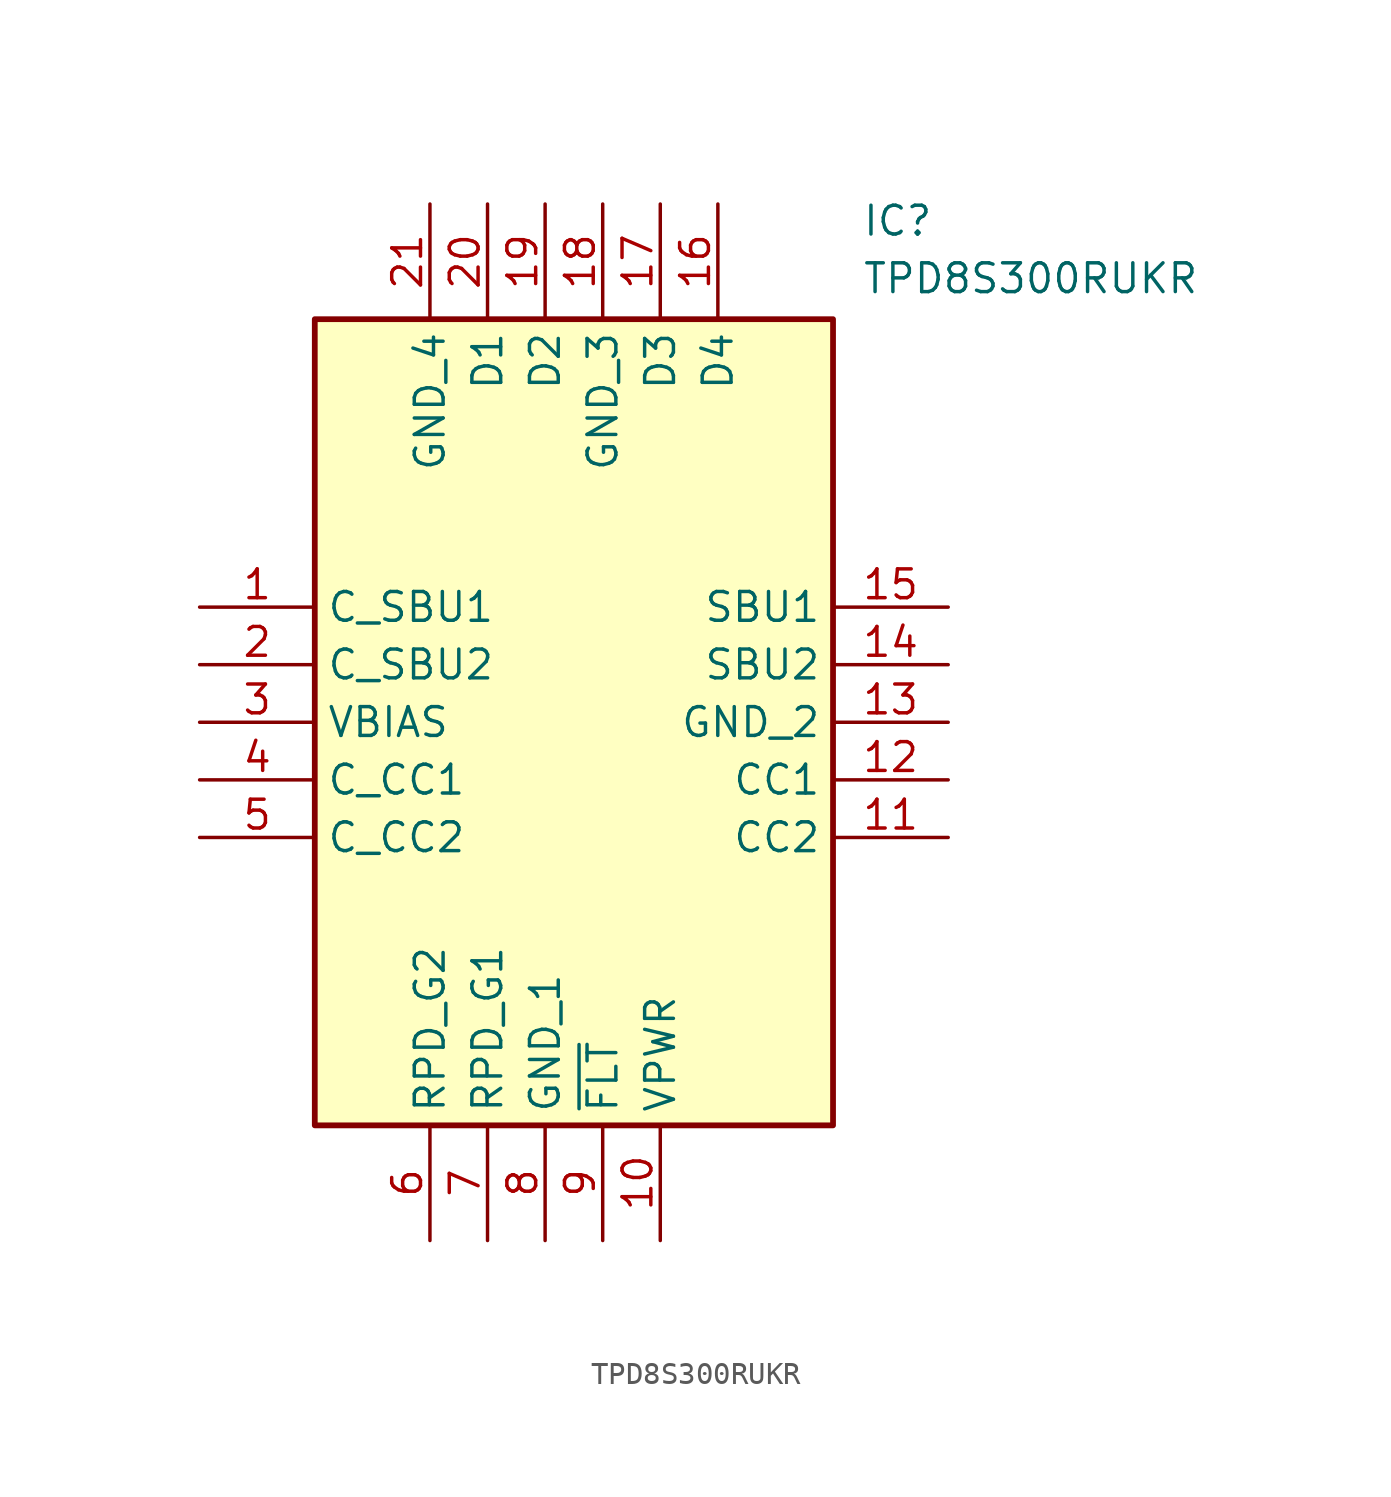
<source format=kicad_sym>
(kicad_symbol_lib
  (version 20220914)
  (generator SamacSys_ECAD_Model)
  (symbol "TPD8S300RUKR"
    (property "Reference" "IC"
      (at 29.21 17.78 0)
      (effects (font (size 1.27 1.27)) (justify left top)))
    (property "Value" "TPD8S300RUKR"
      (at 29.21 15.24 0)
      (effects (font (size 1.27 1.27)) (justify left top)))
    (rectangle
      (start 5.08 12.7)
      (end 27.94 -22.86)
      (stroke (width 0.254) (type default))
      (fill (type background)))
    (pin passive line
      (at 0 0 0)
      (length 5.08)
      (name "C_SBU1" (effects (font (size 1.27 1.27))))
      (number "1" (effects (font (size 1.27 1.27)))))
    (pin passive line
      (at 0 -2.54 0)
      (length 5.08)
      (name "C_SBU2" (effects (font (size 1.27 1.27))))
      (number "2" (effects (font (size 1.27 1.27)))))
    (pin passive line
      (at 0 -5.08 0)
      (length 5.08)
      (name "VBIAS" (effects (font (size 1.27 1.27))))
      (number "3" (effects (font (size 1.27 1.27)))))
    (pin passive line
      (at 0 -7.62 0)
      (length 5.08)
      (name "C_CC1" (effects (font (size 1.27 1.27))))
      (number "4" (effects (font (size 1.27 1.27)))))
    (pin passive line
      (at 0 -10.16 0)
      (length 5.08)
      (name "C_CC2" (effects (font (size 1.27 1.27))))
      (number "5" (effects (font (size 1.27 1.27)))))
    (pin passive line
      (at 10.16 -27.94 90)
      (length 5.08)
      (name "RPD_G2" (effects (font (size 1.27 1.27))))
      (number "6" (effects (font (size 1.27 1.27)))))
    (pin passive line
      (at 12.7 -27.94 90)
      (length 5.08)
      (name "RPD_G1" (effects (font (size 1.27 1.27))))
      (number "7" (effects (font (size 1.27 1.27)))))
    (pin passive line
      (at 15.24 -27.94 90)
      (length 5.08)
      (name "GND_1" (effects (font (size 1.27 1.27))))
      (number "8" (effects (font (size 1.27 1.27)))))
    (pin passive line
      (at 17.78 -27.94 90)
      (length 5.08)
      (name "~{FLT}" (effects (font (size 1.27 1.27))))
      (number "9" (effects (font (size 1.27 1.27)))))
    (pin passive line
      (at 20.32 -27.94 90)
      (length 5.08)
      (name "VPWR" (effects (font (size 1.27 1.27))))
      (number "10" (effects (font (size 1.27 1.27)))))
    (pin passive line
      (at 33.02 0 180)
      (length 5.08)
      (name "SBU1" (effects (font (size 1.27 1.27))))
      (number "15" (effects (font (size 1.27 1.27)))))
    (pin passive line
      (at 33.02 -2.54 180)
      (length 5.08)
      (name "SBU2" (effects (font (size 1.27 1.27))))
      (number "14" (effects (font (size 1.27 1.27)))))
    (pin passive line
      (at 33.02 -5.08 180)
      (length 5.08)
      (name "GND_2" (effects (font (size 1.27 1.27))))
      (number "13" (effects (font (size 1.27 1.27)))))
    (pin passive line
      (at 33.02 -7.62 180)
      (length 5.08)
      (name "CC1" (effects (font (size 1.27 1.27))))
      (number "12" (effects (font (size 1.27 1.27)))))
    (pin passive line
      (at 33.02 -10.16 180)
      (length 5.08)
      (name "CC2" (effects (font (size 1.27 1.27))))
      (number "11" (effects (font (size 1.27 1.27)))))
    (pin passive line
      (at 10.16 17.78 270)
      (length 5.08)
      (name "GND_4" (effects (font (size 1.27 1.27))))
      (number "21" (effects (font (size 1.27 1.27)))))
    (pin passive line
      (at 12.7 17.78 270)
      (length 5.08)
      (name "D1" (effects (font (size 1.27 1.27))))
      (number "20" (effects (font (size 1.27 1.27)))))
    (pin passive line
      (at 15.24 17.78 270)
      (length 5.08)
      (name "D2" (effects (font (size 1.27 1.27))))
      (number "19" (effects (font (size 1.27 1.27)))))
    (pin passive line
      (at 17.78 17.78 270)
      (length 5.08)
      (name "GND_3" (effects (font (size 1.27 1.27))))
      (number "18" (effects (font (size 1.27 1.27)))))
    (pin passive line
      (at 20.32 17.78 270)
      (length 5.08)
      (name "D3" (effects (font (size 1.27 1.27))))
      (number "17" (effects (font (size 1.27 1.27)))))
    (pin passive line
      (at 22.86 17.78 270)
      (length 5.08)
      (name "D4" (effects (font (size 1.27 1.27))))
      (number "16" (effects (font (size 1.27 1.27)))))))
</source>
